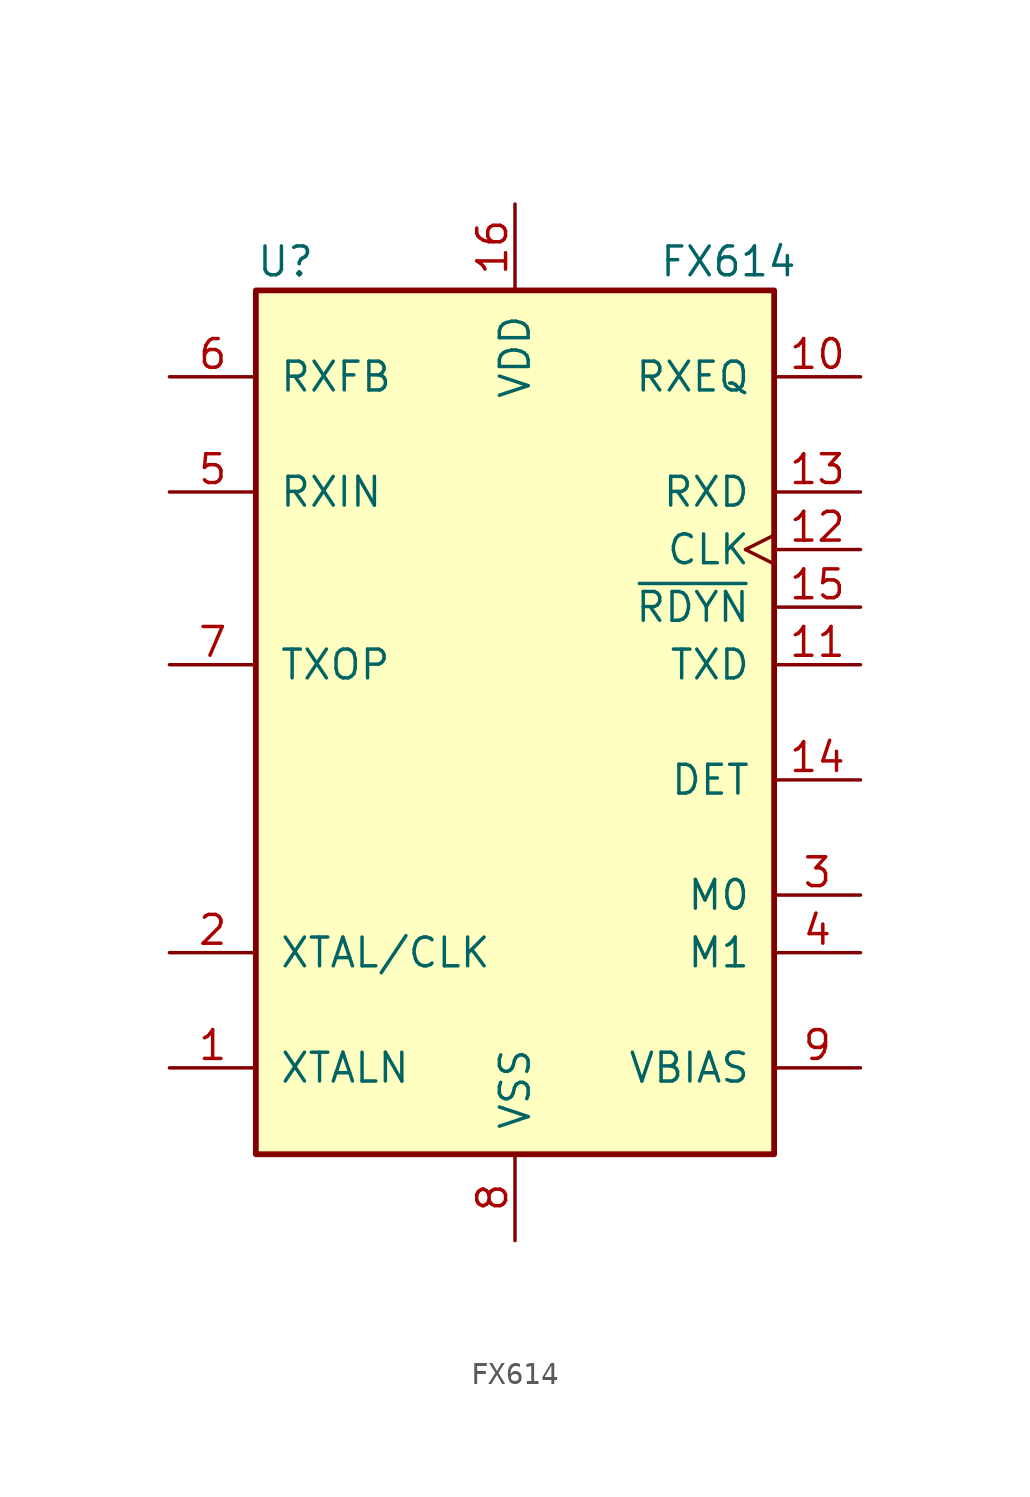
<source format=kicad_sym>
(kicad_symbol_lib
  (version 20231120)
  (generator "kicad_symbol_editor")
  (generator_version "8.0")
  (symbol "FX614"
    (pin_names
      (offset 1.016))
    (property "Reference" "U"
      (at -11.43 20.32 0)
      (effects (font (size 1.27 1.27)) (justify left)))
    (property "Value" "FX614"
      (at 6.35 20.32 0)
      (effects (font (size 1.27 1.27)) (justify left)))
    (symbol "FX614_0_1"
      (rectangle (start -11.43 19.05) (end 11.43 -19.05) (stroke (width 0.254) (type default)) (fill (type background))))
    (symbol "FX614_1_1"
      (pin output line (at -15.24 -15.24 0) (length 3.81) (name "XTALN" (effects (font (size 1.27 1.27)))) (number "1" (effects (font (size 1.27 1.27)))))
      (pin input line (at 15.24 15.24 180) (length 3.81) (name "RXEQ" (effects (font (size 1.27 1.27)))) (number "10" (effects (font (size 1.27 1.27)))))
      (pin input line (at 15.24 2.54 180) (length 3.81) (name "TXD" (effects (font (size 1.27 1.27)))) (number "11" (effects (font (size 1.27 1.27)))))
      (pin input clock (at 15.24 7.62 180) (length 3.81) (name "CLK" (effects (font (size 1.27 1.27)))) (number "12" (effects (font (size 1.27 1.27)))))
      (pin output line (at 15.24 10.16 180) (length 3.81) (name "RXD" (effects (font (size 1.27 1.27)))) (number "13" (effects (font (size 1.27 1.27)))))
      (pin output line (at 15.24 -2.54 180) (length 3.81) (name "DET" (effects (font (size 1.27 1.27)))) (number "14" (effects (font (size 1.27 1.27)))))
      (pin output line (at 15.24 5.08 180) (length 3.81) (name "~{RDYN}" (effects (font (size 1.27 1.27)))) (number "15" (effects (font (size 1.27 1.27)))))
      (pin power_in line (at 0 22.86 270) (length 3.81) (name "VDD" (effects (font (size 1.27 1.27)))) (number "16" (effects (font (size 1.27 1.27)))))
      (pin input line (at -15.24 -10.16 0) (length 3.81) (name "XTAL/CLK" (effects (font (size 1.27 1.27)))) (number "2" (effects (font (size 1.27 1.27)))))
      (pin input line (at 15.24 -7.62 180) (length 3.81) (name "M0" (effects (font (size 1.27 1.27)))) (number "3" (effects (font (size 1.27 1.27)))))
      (pin input line (at 15.24 -10.16 180) (length 3.81) (name "M1" (effects (font (size 1.27 1.27)))) (number "4" (effects (font (size 1.27 1.27)))))
      (pin input line (at -15.24 10.16 0) (length 3.81) (name "RXIN" (effects (font (size 1.27 1.27)))) (number "5" (effects (font (size 1.27 1.27)))))
      (pin output line (at -15.24 15.24 0) (length 3.81) (name "RXFB" (effects (font (size 1.27 1.27)))) (number "6" (effects (font (size 1.27 1.27)))))
      (pin output line (at -15.24 2.54 0) (length 3.81) (name "TXOP" (effects (font (size 1.27 1.27)))) (number "7" (effects (font (size 1.27 1.27)))))
      (pin power_in line (at 0 -22.86 90) (length 3.81) (name "VSS" (effects (font (size 1.27 1.27)))) (number "8" (effects (font (size 1.27 1.27)))))
      (pin passive line (at 15.24 -15.24 180) (length 3.81) (name "VBIAS" (effects (font (size 1.27 1.27)))) (number "9" (effects (font (size 1.27 1.27))))))))
</source>
